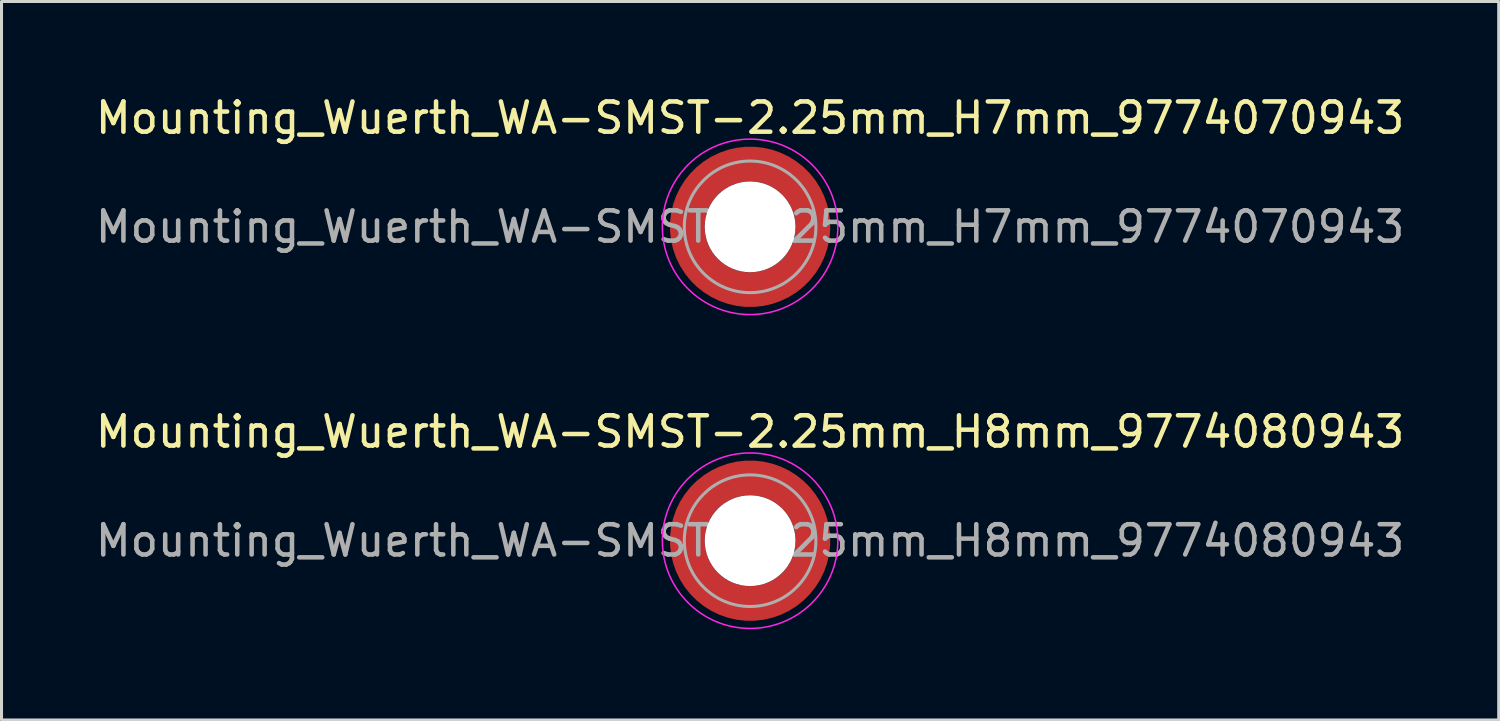
<source format=kicad_pcb>
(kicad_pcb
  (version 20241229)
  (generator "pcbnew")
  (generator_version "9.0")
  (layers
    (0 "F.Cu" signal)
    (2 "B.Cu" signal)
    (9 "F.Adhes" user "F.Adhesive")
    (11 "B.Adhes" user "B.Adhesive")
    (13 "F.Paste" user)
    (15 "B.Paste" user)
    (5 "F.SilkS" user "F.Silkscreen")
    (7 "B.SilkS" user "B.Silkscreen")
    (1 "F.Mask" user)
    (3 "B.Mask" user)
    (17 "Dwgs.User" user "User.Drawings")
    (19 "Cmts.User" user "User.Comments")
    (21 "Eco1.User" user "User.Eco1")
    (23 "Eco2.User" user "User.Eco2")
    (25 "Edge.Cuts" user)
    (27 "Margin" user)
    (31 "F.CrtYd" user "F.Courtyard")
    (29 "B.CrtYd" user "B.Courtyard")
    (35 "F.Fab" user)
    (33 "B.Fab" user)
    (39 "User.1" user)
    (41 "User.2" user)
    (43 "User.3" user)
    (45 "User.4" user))
  (footprint "Mounting_Wuerth_WA-SMST-2.25mm_H7mm_9774070943"
    (layer "F.Cu")
    (at 21.744 4.448)
    (property "Reference" "Mounting_Wuerth_WA-SMST-2.25mm_H7mm_9774070943" (at 0 -3.6 0) (layer "F.SilkS") (effects (font (size 1 1) (thickness 0.15))))
    (attr smd allow_soldermask_bridges)
    (fp_circle (center 0 0) (end 2.9 0) (stroke (width 0.05) (type solid)) (fill no) (layer "F.CrtYd"))
    (fp_circle (center 0 0) (end 2.175 0) (stroke (width 0.1) (type solid)) (fill no) (layer "F.Fab"))
    (fp_text user "${REFERENCE}" (at 0 0 0) (layer "F.Fab") (effects (font (size 1 1) (thickness 0.15))))
    (pad "" smd custom (at -1.453 -1.453) (size 0.505 0.505) (layers "F.Paste") (options (anchor circle)) (primitives (gr_arc (start -0.147677 1.053104) (mid 0.286378 0.286378) (end 1.053104 -0.147677) (width 0.2)) (gr_arc (start -0.240295 1.053104) (mid 0.222739 0.222739) (end 1.053104 -0.240295) (width 0.2)) (gr_arc (start -0.332645 1.053104) (mid 0.159099 0.159099) (end 1.053104 -0.332645) (width 0.2)) (gr_arc (start -0.424767 1.053104) (mid 0.095459 0.095459) (end 1.053104 -0.424767) (width 0.2)) (gr_arc (start -0.516693 1.053104) (mid 0.03182 0.03182) (end 1.053104 -0.516693) (width 0.2)) (gr_arc (start -0.608448 1.053104) (mid -0.03182 -0.03182) (end 1.053104 -0.608448) (width 0.2)) (gr_arc (start -0.700056 1.053104) (mid -0.095459 -0.095459) (end 1.053104 -0.700056) (width 0.2)) (gr_arc (start -0.791534 1.053104) (mid -0.159099 -0.159099) (end 1.053104 -0.791534) (width 0.2)) (gr_arc (start -0.882896 1.053104) (mid -0.222739 -0.222739) (end 1.053104 -0.882896) (width 0.2)) (gr_arc (start -0.974157 1.053104) (mid -0.286378 -0.286378) (end 1.053104 -0.974157) (width 0.2)) (gr_line (start 1.053 -0.148) (end 1.053 -0.974) (width 0.2)) (gr_line (start -0.148 1.053) (end -0.974 1.053) (width 0.2))))
    (pad "" smd custom (at -1.453 1.453) (size 0.505 0.505) (layers "F.Paste") (options (anchor circle)) (primitives (gr_arc (start 1.053104 0.147677) (mid 0.286378 -0.286378) (end -0.147677 -1.053104) (width 0.2)) (gr_arc (start 1.053104 0.240295) (mid 0.222739 -0.222739) (end -0.240295 -1.053104) (width 0.2)) (gr_arc (start 1.053104 0.332645) (mid 0.159099 -0.159099) (end -0.332645 -1.053104) (width 0.2)) (gr_arc (start 1.053104 0.424767) (mid 0.095459 -0.095459) (end -0.424767 -1.053104) (width 0.2)) (gr_arc (start 1.053104 0.516693) (mid 0.03182 -0.03182) (end -0.516693 -1.053104) (width 0.2)) (gr_arc (start 1.053104 0.608448) (mid -0.03182 0.03182) (end -0.608448 -1.053104) (width 0.2)) (gr_arc (start 1.053104 0.700056) (mid -0.095459 0.095459) (end -0.700056 -1.053104) (width 0.2)) (gr_arc (start 1.053104 0.791534) (mid -0.159099 0.159099) (end -0.791534 -1.053104) (width 0.2)) (gr_arc (start 1.053104 0.882896) (mid -0.222739 0.222739) (end -0.882896 -1.053104) (width 0.2)) (gr_arc (start 1.053104 0.974157) (mid -0.286378 0.286378) (end -0.974157 -1.053104) (width 0.2)) (gr_line (start -0.148 -1.053) (end -0.974 -1.053) (width 0.2)) (gr_line (start 1.053 0.148) (end 1.053 0.974) (width 0.2))))
    (pad "" np_thru_hole circle (at 0 0) (size 3 3) (drill 3) (layers "*.Cu" "*.Mask"))
    (pad "" smd custom (at 1.453 -1.453) (size 0.505 0.505) (layers "F.Paste") (options (anchor circle)) (primitives (gr_arc (start -1.053104 -0.147677) (mid -0.286378 0.286378) (end 0.147677 1.053104) (width 0.2)) (gr_arc (start -1.053104 -0.240295) (mid -0.222739 0.222739) (end 0.240295 1.053104) (width 0.2)) (gr_arc (start -1.053104 -0.332645) (mid -0.159099 0.159099) (end 0.332645 1.053104) (width 0.2)) (gr_arc (start -1.053104 -0.424767) (mid -0.095459 0.095459) (end 0.424767 1.053104) (width 0.2)) (gr_arc (start -1.053104 -0.516693) (mid -0.03182 0.03182) (end 0.516693 1.053104) (width 0.2)) (gr_arc (start -1.053104 -0.608448) (mid 0.03182 -0.03182) (end 0.608448 1.053104) (width 0.2)) (gr_arc (start -1.053104 -0.700056) (mid 0.095459 -0.095459) (end 0.700056 1.053104) (width 0.2)) (gr_arc (start -1.053104 -0.791534) (mid 0.159099 -0.159099) (end 0.791534 1.053104) (width 0.2)) (gr_arc (start -1.053104 -0.882896) (mid 0.222739 -0.222739) (end 0.882896 1.053104) (width 0.2)) (gr_arc (start -1.053104 -0.974157) (mid 0.286378 -0.286378) (end 0.974157 1.053104) (width 0.2)) (gr_line (start 0.148 1.053) (end 0.974 1.053) (width 0.2)) (gr_line (start -1.053 -0.148) (end -1.053 -0.974) (width 0.2))))
    (pad "" smd custom (at 1.453 1.453) (size 0.505 0.505) (layers "F.Paste") (options (anchor circle)) (primitives (gr_arc (start 0.147677 -1.053104) (mid -0.286378 -0.286378) (end -1.053104 0.147677) (width 0.2)) (gr_arc (start 0.240295 -1.053104) (mid -0.222739 -0.222739) (end -1.053104 0.240295) (width 0.2)) (gr_arc (start 0.332645 -1.053104) (mid -0.159099 -0.159099) (end -1.053104 0.332645) (width 0.2)) (gr_arc (start 0.424767 -1.053104) (mid -0.095459 -0.095459) (end -1.053104 0.424767) (width 0.2)) (gr_arc (start 0.516693 -1.053104) (mid -0.03182 -0.03182) (end -1.053104 0.516693) (width 0.2)) (gr_arc (start 0.608448 -1.053104) (mid 0.03182 0.03182) (end -1.053104 0.608448) (width 0.2)) (gr_arc (start 0.700056 -1.053104) (mid 0.095459 0.095459) (end -1.053104 0.700056) (width 0.2)) (gr_arc (start 0.791534 -1.053104) (mid 0.159099 0.159099) (end -1.053104 0.791534) (width 0.2)) (gr_arc (start 0.882896 -1.053104) (mid 0.222739 0.222739) (end -1.053104 0.882896) (width 0.2)) (gr_arc (start 0.974157 -1.053104) (mid 0.286378 0.286378) (end -1.053104 0.974157) (width 0.2)) (gr_line (start -1.053 0.148) (end -1.053 0.974) (width 0.2)) (gr_line (start 0.148 -1.053) (end 0.974 -1.053) (width 0.2))))
    (pad "1" smd circle (at -2.075 0) (size 0.642 0.642) (layers "F.Cu"))
    (pad "1" smd circle (at 0 -2.075) (size 0.642 0.642) (layers "F.Cu"))
    (pad "1" smd circle (at 0 2.075) (size 0.642 0.642) (layers "F.Cu"))
    (pad "1" smd custom (at 2.075 0) (size 1.15 1.15) (layers "F.Cu" "F.Mask") (options (anchor circle)) (primitives (gr_circle (center -2.075 0) (end 0 0) (width 1.15) (fill no)))))
  (footprint "Mounting_Wuerth_WA-SMST-2.25mm_H8mm_9774080943"
    (layer "F.Cu")
    (at 21.744 14.822)
    (property "Reference" "Mounting_Wuerth_WA-SMST-2.25mm_H8mm_9774080943" (at 0 -3.6 0) (layer "F.SilkS") (effects (font (size 1 1) (thickness 0.15))))
    (attr smd allow_soldermask_bridges)
    (fp_circle (center 0 0) (end 2.9 0) (stroke (width 0.05) (type solid)) (fill no) (layer "F.CrtYd"))
    (fp_circle (center 0 0) (end 2.175 0) (stroke (width 0.1) (type solid)) (fill no) (layer "F.Fab"))
    (fp_text user "${REFERENCE}" (at 0 0 0) (layer "F.Fab") (effects (font (size 1 1) (thickness 0.15))))
    (pad "" smd custom (at -1.453 -1.453) (size 0.505 0.505) (layers "F.Paste") (options (anchor circle)) (primitives (gr_arc (start -0.147677 1.053104) (mid 0.286378 0.286378) (end 1.053104 -0.147677) (width 0.2)) (gr_arc (start -0.240295 1.053104) (mid 0.222739 0.222739) (end 1.053104 -0.240295) (width 0.2)) (gr_arc (start -0.332645 1.053104) (mid 0.159099 0.159099) (end 1.053104 -0.332645) (width 0.2)) (gr_arc (start -0.424767 1.053104) (mid 0.095459 0.095459) (end 1.053104 -0.424767) (width 0.2)) (gr_arc (start -0.516693 1.053104) (mid 0.03182 0.03182) (end 1.053104 -0.516693) (width 0.2)) (gr_arc (start -0.608448 1.053104) (mid -0.03182 -0.03182) (end 1.053104 -0.608448) (width 0.2)) (gr_arc (start -0.700056 1.053104) (mid -0.095459 -0.095459) (end 1.053104 -0.700056) (width 0.2)) (gr_arc (start -0.791534 1.053104) (mid -0.159099 -0.159099) (end 1.053104 -0.791534) (width 0.2)) (gr_arc (start -0.882896 1.053104) (mid -0.222739 -0.222739) (end 1.053104 -0.882896) (width 0.2)) (gr_arc (start -0.974157 1.053104) (mid -0.286378 -0.286378) (end 1.053104 -0.974157) (width 0.2)) (gr_line (start 1.053 -0.148) (end 1.053 -0.974) (width 0.2)) (gr_line (start -0.148 1.053) (end -0.974 1.053) (width 0.2))))
    (pad "" smd custom (at -1.453 1.453) (size 0.505 0.505) (layers "F.Paste") (options (anchor circle)) (primitives (gr_arc (start 1.053104 0.147677) (mid 0.286378 -0.286378) (end -0.147677 -1.053104) (width 0.2)) (gr_arc (start 1.053104 0.240295) (mid 0.222739 -0.222739) (end -0.240295 -1.053104) (width 0.2)) (gr_arc (start 1.053104 0.332645) (mid 0.159099 -0.159099) (end -0.332645 -1.053104) (width 0.2)) (gr_arc (start 1.053104 0.424767) (mid 0.095459 -0.095459) (end -0.424767 -1.053104) (width 0.2)) (gr_arc (start 1.053104 0.516693) (mid 0.03182 -0.03182) (end -0.516693 -1.053104) (width 0.2)) (gr_arc (start 1.053104 0.608448) (mid -0.03182 0.03182) (end -0.608448 -1.053104) (width 0.2)) (gr_arc (start 1.053104 0.700056) (mid -0.095459 0.095459) (end -0.700056 -1.053104) (width 0.2)) (gr_arc (start 1.053104 0.791534) (mid -0.159099 0.159099) (end -0.791534 -1.053104) (width 0.2)) (gr_arc (start 1.053104 0.882896) (mid -0.222739 0.222739) (end -0.882896 -1.053104) (width 0.2)) (gr_arc (start 1.053104 0.974157) (mid -0.286378 0.286378) (end -0.974157 -1.053104) (width 0.2)) (gr_line (start -0.148 -1.053) (end -0.974 -1.053) (width 0.2)) (gr_line (start 1.053 0.148) (end 1.053 0.974) (width 0.2))))
    (pad "" np_thru_hole circle (at 0 0) (size 3 3) (drill 3) (layers "*.Cu" "*.Mask"))
    (pad "" smd custom (at 1.453 -1.453) (size 0.505 0.505) (layers "F.Paste") (options (anchor circle)) (primitives (gr_arc (start -1.053104 -0.147677) (mid -0.286378 0.286378) (end 0.147677 1.053104) (width 0.2)) (gr_arc (start -1.053104 -0.240295) (mid -0.222739 0.222739) (end 0.240295 1.053104) (width 0.2)) (gr_arc (start -1.053104 -0.332645) (mid -0.159099 0.159099) (end 0.332645 1.053104) (width 0.2)) (gr_arc (start -1.053104 -0.424767) (mid -0.095459 0.095459) (end 0.424767 1.053104) (width 0.2)) (gr_arc (start -1.053104 -0.516693) (mid -0.03182 0.03182) (end 0.516693 1.053104) (width 0.2)) (gr_arc (start -1.053104 -0.608448) (mid 0.03182 -0.03182) (end 0.608448 1.053104) (width 0.2)) (gr_arc (start -1.053104 -0.700056) (mid 0.095459 -0.095459) (end 0.700056 1.053104) (width 0.2)) (gr_arc (start -1.053104 -0.791534) (mid 0.159099 -0.159099) (end 0.791534 1.053104) (width 0.2)) (gr_arc (start -1.053104 -0.882896) (mid 0.222739 -0.222739) (end 0.882896 1.053104) (width 0.2)) (gr_arc (start -1.053104 -0.974157) (mid 0.286378 -0.286378) (end 0.974157 1.053104) (width 0.2)) (gr_line (start 0.148 1.053) (end 0.974 1.053) (width 0.2)) (gr_line (start -1.053 -0.148) (end -1.053 -0.974) (width 0.2))))
    (pad "" smd custom (at 1.453 1.453) (size 0.505 0.505) (layers "F.Paste") (options (anchor circle)) (primitives (gr_arc (start 0.147677 -1.053104) (mid -0.286378 -0.286378) (end -1.053104 0.147677) (width 0.2)) (gr_arc (start 0.240295 -1.053104) (mid -0.222739 -0.222739) (end -1.053104 0.240295) (width 0.2)) (gr_arc (start 0.332645 -1.053104) (mid -0.159099 -0.159099) (end -1.053104 0.332645) (width 0.2)) (gr_arc (start 0.424767 -1.053104) (mid -0.095459 -0.095459) (end -1.053104 0.424767) (width 0.2)) (gr_arc (start 0.516693 -1.053104) (mid -0.03182 -0.03182) (end -1.053104 0.516693) (width 0.2)) (gr_arc (start 0.608448 -1.053104) (mid 0.03182 0.03182) (end -1.053104 0.608448) (width 0.2)) (gr_arc (start 0.700056 -1.053104) (mid 0.095459 0.095459) (end -1.053104 0.700056) (width 0.2)) (gr_arc (start 0.791534 -1.053104) (mid 0.159099 0.159099) (end -1.053104 0.791534) (width 0.2)) (gr_arc (start 0.882896 -1.053104) (mid 0.222739 0.222739) (end -1.053104 0.882896) (width 0.2)) (gr_arc (start 0.974157 -1.053104) (mid 0.286378 0.286378) (end -1.053104 0.974157) (width 0.2)) (gr_line (start -1.053 0.148) (end -1.053 0.974) (width 0.2)) (gr_line (start 0.148 -1.053) (end 0.974 -1.053) (width 0.2))))
    (pad "1" smd circle (at -2.075 0) (size 0.642 0.642) (layers "F.Cu"))
    (pad "1" smd circle (at 0 -2.075) (size 0.642 0.642) (layers "F.Cu"))
    (pad "1" smd circle (at 0 2.075) (size 0.642 0.642) (layers "F.Cu"))
    (pad "1" smd custom (at 2.075 0) (size 1.15 1.15) (layers "F.Cu" "F.Mask") (options (anchor circle)) (primitives (gr_circle (center -2.075 0) (end 0 0) (width 1.15) (fill no)))))
  (gr_rect
    (start -3 -3)
    (end 46.488 20.747)
    (stroke (width 0.1) (type default))
    (fill no)
    (layer "Edge.Cuts")))
</source>
